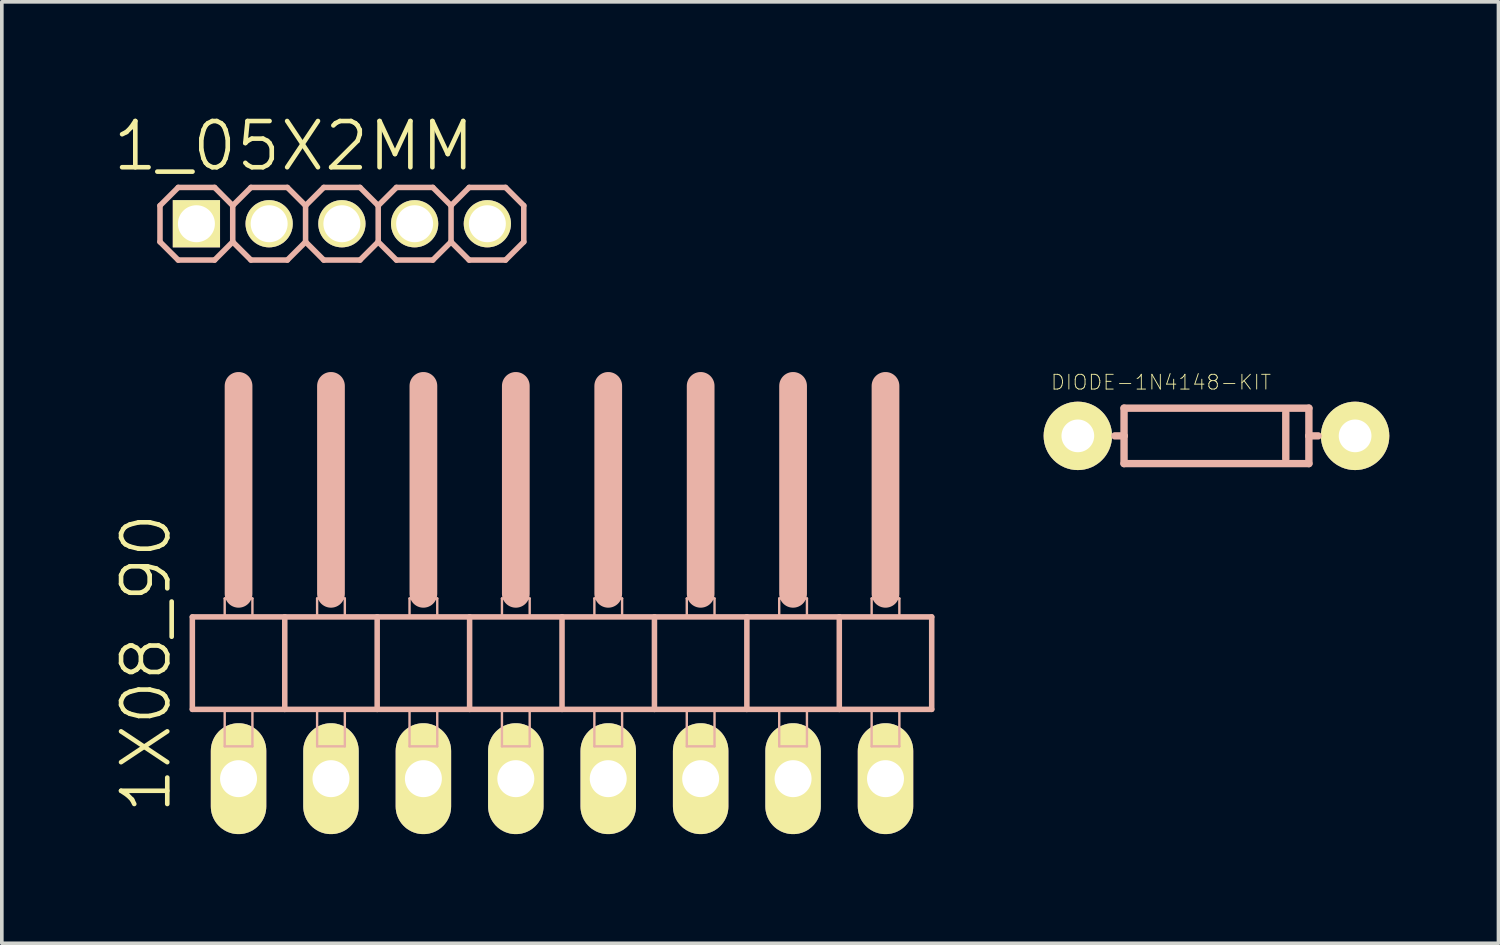
<source format=kicad_pcb>
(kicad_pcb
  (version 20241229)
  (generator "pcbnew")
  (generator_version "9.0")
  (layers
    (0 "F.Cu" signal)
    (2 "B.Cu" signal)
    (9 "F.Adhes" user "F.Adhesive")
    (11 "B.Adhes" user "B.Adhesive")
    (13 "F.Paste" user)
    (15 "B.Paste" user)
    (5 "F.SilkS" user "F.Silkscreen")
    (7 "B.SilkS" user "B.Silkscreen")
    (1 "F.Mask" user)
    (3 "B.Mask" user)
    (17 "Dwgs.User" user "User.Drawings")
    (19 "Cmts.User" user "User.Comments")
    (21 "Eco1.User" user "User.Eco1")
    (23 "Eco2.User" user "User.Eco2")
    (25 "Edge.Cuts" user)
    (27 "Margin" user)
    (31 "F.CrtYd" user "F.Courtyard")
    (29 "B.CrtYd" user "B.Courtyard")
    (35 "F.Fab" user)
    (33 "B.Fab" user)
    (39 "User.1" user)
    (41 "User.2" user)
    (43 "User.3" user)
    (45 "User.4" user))
  (footprint "1X08_90"
    (layer "F.Cu")
    (at 12.396 14.54)
    (property "Reference" "1X08_90" (at -11.43 0.635 90) (layer "F.SilkS") (effects (font (size 1.27 1.27) (thickness 0.127))))
    (attr exclude_from_pos_files exclude_from_bom)
    (fp_line (start -10.16 -0.635) (end -10.16 1.905) (stroke (width 0.152) (type solid)) (layer "B.SilkS"))
    (fp_line (start -10.16 1.905) (end -7.62 1.905) (stroke (width 0.152) (type solid)) (layer "B.SilkS"))
    (fp_line (start -9.271 -1.143) (end -8.509 -1.143) (stroke (width 0.066) (type solid)) (layer "B.SilkS"))
    (fp_line (start -9.271 -0.635) (end -9.271 -1.143) (stroke (width 0.066) (type solid)) (layer "B.SilkS"))
    (fp_line (start -9.271 -0.635) (end -8.509 -0.635) (stroke (width 0.066) (type solid)) (layer "B.SilkS"))
    (fp_line (start -9.271 1.905) (end -8.509 1.905) (stroke (width 0.066) (type solid)) (layer "B.SilkS"))
    (fp_line (start -9.271 2.921) (end -9.271 1.905) (stroke (width 0.066) (type solid)) (layer "B.SilkS"))
    (fp_line (start -9.271 2.921) (end -8.509 2.921) (stroke (width 0.066) (type solid)) (layer "B.SilkS"))
    (fp_line (start -8.89 -6.985) (end -8.89 -1.27) (stroke (width 0.762) (type solid)) (layer "B.SilkS"))
    (fp_line (start -8.509 -0.635) (end -8.509 -1.143) (stroke (width 0.066) (type solid)) (layer "B.SilkS"))
    (fp_line (start -8.509 2.921) (end -8.509 1.905) (stroke (width 0.066) (type solid)) (layer "B.SilkS"))
    (fp_line (start -7.62 -0.635) (end -10.16 -0.635) (stroke (width 0.152) (type solid)) (layer "B.SilkS"))
    (fp_line (start -7.62 1.905) (end -7.62 -0.635) (stroke (width 0.152) (type solid)) (layer "B.SilkS"))
    (fp_line (start -7.62 1.905) (end -5.08 1.905) (stroke (width 0.152) (type solid)) (layer "B.SilkS"))
    (fp_line (start -6.731 -1.143) (end -5.969 -1.143) (stroke (width 0.066) (type solid)) (layer "B.SilkS"))
    (fp_line (start -6.731 -0.635) (end -6.731 -1.143) (stroke (width 0.066) (type solid)) (layer "B.SilkS"))
    (fp_line (start -6.731 -0.635) (end -5.969 -0.635) (stroke (width 0.066) (type solid)) (layer "B.SilkS"))
    (fp_line (start -6.731 1.905) (end -5.969 1.905) (stroke (width 0.066) (type solid)) (layer "B.SilkS"))
    (fp_line (start -6.731 2.921) (end -6.731 1.905) (stroke (width 0.066) (type solid)) (layer "B.SilkS"))
    (fp_line (start -6.731 2.921) (end -5.969 2.921) (stroke (width 0.066) (type solid)) (layer "B.SilkS"))
    (fp_line (start -6.35 -6.985) (end -6.35 -1.27) (stroke (width 0.762) (type solid)) (layer "B.SilkS"))
    (fp_line (start -5.969 -0.635) (end -5.969 -1.143) (stroke (width 0.066) (type solid)) (layer "B.SilkS"))
    (fp_line (start -5.969 2.921) (end -5.969 1.905) (stroke (width 0.066) (type solid)) (layer "B.SilkS"))
    (fp_line (start -5.08 -0.635) (end -7.62 -0.635) (stroke (width 0.152) (type solid)) (layer "B.SilkS"))
    (fp_line (start -5.08 1.905) (end -5.08 -0.635) (stroke (width 0.152) (type solid)) (layer "B.SilkS"))
    (fp_line (start -5.08 1.905) (end -2.54 1.905) (stroke (width 0.152) (type solid)) (layer "B.SilkS"))
    (fp_line (start -4.191 -1.143) (end -3.429 -1.143) (stroke (width 0.066) (type solid)) (layer "B.SilkS"))
    (fp_line (start -4.191 -0.635) (end -4.191 -1.143) (stroke (width 0.066) (type solid)) (layer "B.SilkS"))
    (fp_line (start -4.191 -0.635) (end -3.429 -0.635) (stroke (width 0.066) (type solid)) (layer "B.SilkS"))
    (fp_line (start -4.191 1.905) (end -3.429 1.905) (stroke (width 0.066) (type solid)) (layer "B.SilkS"))
    (fp_line (start -4.191 2.921) (end -4.191 1.905) (stroke (width 0.066) (type solid)) (layer "B.SilkS"))
    (fp_line (start -4.191 2.921) (end -3.429 2.921) (stroke (width 0.066) (type solid)) (layer "B.SilkS"))
    (fp_line (start -3.81 -6.985) (end -3.81 -1.27) (stroke (width 0.762) (type solid)) (layer "B.SilkS"))
    (fp_line (start -3.429 -0.635) (end -3.429 -1.143) (stroke (width 0.066) (type solid)) (layer "B.SilkS"))
    (fp_line (start -3.429 2.921) (end -3.429 1.905) (stroke (width 0.066) (type solid)) (layer "B.SilkS"))
    (fp_line (start -2.54 -0.635) (end -5.08 -0.635) (stroke (width 0.152) (type solid)) (layer "B.SilkS"))
    (fp_line (start -2.54 1.905) (end -2.54 -0.635) (stroke (width 0.152) (type solid)) (layer "B.SilkS"))
    (fp_line (start -2.54 1.905) (end 0 1.905) (stroke (width 0.152) (type solid)) (layer "B.SilkS"))
    (fp_line (start -1.651 -1.143) (end -0.889 -1.143) (stroke (width 0.066) (type solid)) (layer "B.SilkS"))
    (fp_line (start -1.651 -0.635) (end -1.651 -1.143) (stroke (width 0.066) (type solid)) (layer "B.SilkS"))
    (fp_line (start -1.651 -0.635) (end -0.889 -0.635) (stroke (width 0.066) (type solid)) (layer "B.SilkS"))
    (fp_line (start -1.651 1.905) (end -0.889 1.905) (stroke (width 0.066) (type solid)) (layer "B.SilkS"))
    (fp_line (start -1.651 2.921) (end -1.651 1.905) (stroke (width 0.066) (type solid)) (layer "B.SilkS"))
    (fp_line (start -1.651 2.921) (end -0.889 2.921) (stroke (width 0.066) (type solid)) (layer "B.SilkS"))
    (fp_line (start -1.27 -6.985) (end -1.27 -1.27) (stroke (width 0.762) (type solid)) (layer "B.SilkS"))
    (fp_line (start -0.889 -0.635) (end -0.889 -1.143) (stroke (width 0.066) (type solid)) (layer "B.SilkS"))
    (fp_line (start -0.889 2.921) (end -0.889 1.905) (stroke (width 0.066) (type solid)) (layer "B.SilkS"))
    (fp_line (start 0 -0.635) (end -2.54 -0.635) (stroke (width 0.152) (type solid)) (layer "B.SilkS"))
    (fp_line (start 0 1.905) (end 0 -0.635) (stroke (width 0.152) (type solid)) (layer "B.SilkS"))
    (fp_line (start 0 1.905) (end 2.54 1.905) (stroke (width 0.152) (type solid)) (layer "B.SilkS"))
    (fp_line (start 0.889 -1.143) (end 1.651 -1.143) (stroke (width 0.066) (type solid)) (layer "B.SilkS"))
    (fp_line (start 0.889 -0.635) (end 0.889 -1.143) (stroke (width 0.066) (type solid)) (layer "B.SilkS"))
    (fp_line (start 0.889 -0.635) (end 1.651 -0.635) (stroke (width 0.066) (type solid)) (layer "B.SilkS"))
    (fp_line (start 0.889 1.905) (end 1.651 1.905) (stroke (width 0.066) (type solid)) (layer "B.SilkS"))
    (fp_line (start 0.889 2.921) (end 0.889 1.905) (stroke (width 0.066) (type solid)) (layer "B.SilkS"))
    (fp_line (start 0.889 2.921) (end 1.651 2.921) (stroke (width 0.066) (type solid)) (layer "B.SilkS"))
    (fp_line (start 1.27 -6.985) (end 1.27 -1.27) (stroke (width 0.762) (type solid)) (layer "B.SilkS"))
    (fp_line (start 1.651 -0.635) (end 1.651 -1.143) (stroke (width 0.066) (type solid)) (layer "B.SilkS"))
    (fp_line (start 1.651 2.921) (end 1.651 1.905) (stroke (width 0.066) (type solid)) (layer "B.SilkS"))
    (fp_line (start 2.54 -0.635) (end 0 -0.635) (stroke (width 0.152) (type solid)) (layer "B.SilkS"))
    (fp_line (start 2.54 1.905) (end 2.54 -0.635) (stroke (width 0.152) (type solid)) (layer "B.SilkS"))
    (fp_line (start 2.54 1.905) (end 5.08 1.905) (stroke (width 0.152) (type solid)) (layer "B.SilkS"))
    (fp_line (start 3.429 -1.143) (end 4.191 -1.143) (stroke (width 0.066) (type solid)) (layer "B.SilkS"))
    (fp_line (start 3.429 -0.635) (end 3.429 -1.143) (stroke (width 0.066) (type solid)) (layer "B.SilkS"))
    (fp_line (start 3.429 -0.635) (end 4.191 -0.635) (stroke (width 0.066) (type solid)) (layer "B.SilkS"))
    (fp_line (start 3.429 1.905) (end 4.191 1.905) (stroke (width 0.066) (type solid)) (layer "B.SilkS"))
    (fp_line (start 3.429 2.921) (end 3.429 1.905) (stroke (width 0.066) (type solid)) (layer "B.SilkS"))
    (fp_line (start 3.429 2.921) (end 4.191 2.921) (stroke (width 0.066) (type solid)) (layer "B.SilkS"))
    (fp_line (start 3.81 -6.985) (end 3.81 -1.27) (stroke (width 0.762) (type solid)) (layer "B.SilkS"))
    (fp_line (start 4.191 -0.635) (end 4.191 -1.143) (stroke (width 0.066) (type solid)) (layer "B.SilkS"))
    (fp_line (start 4.191 2.921) (end 4.191 1.905) (stroke (width 0.066) (type solid)) (layer "B.SilkS"))
    (fp_line (start 5.08 -0.635) (end 2.54 -0.635) (stroke (width 0.152) (type solid)) (layer "B.SilkS"))
    (fp_line (start 5.08 1.905) (end 5.08 -0.635) (stroke (width 0.152) (type solid)) (layer "B.SilkS"))
    (fp_line (start 5.08 1.905) (end 7.62 1.905) (stroke (width 0.152) (type solid)) (layer "B.SilkS"))
    (fp_line (start 5.969 -1.143) (end 6.731 -1.143) (stroke (width 0.066) (type solid)) (layer "B.SilkS"))
    (fp_line (start 5.969 -0.635) (end 5.969 -1.143) (stroke (width 0.066) (type solid)) (layer "B.SilkS"))
    (fp_line (start 5.969 -0.635) (end 6.731 -0.635) (stroke (width 0.066) (type solid)) (layer "B.SilkS"))
    (fp_line (start 5.969 1.905) (end 6.731 1.905) (stroke (width 0.066) (type solid)) (layer "B.SilkS"))
    (fp_line (start 5.969 2.921) (end 5.969 1.905) (stroke (width 0.066) (type solid)) (layer "B.SilkS"))
    (fp_line (start 5.969 2.921) (end 6.731 2.921) (stroke (width 0.066) (type solid)) (layer "B.SilkS"))
    (fp_line (start 6.35 -6.985) (end 6.35 -1.27) (stroke (width 0.762) (type solid)) (layer "B.SilkS"))
    (fp_line (start 6.731 -0.635) (end 6.731 -1.143) (stroke (width 0.066) (type solid)) (layer "B.SilkS"))
    (fp_line (start 6.731 2.921) (end 6.731 1.905) (stroke (width 0.066) (type solid)) (layer "B.SilkS"))
    (fp_line (start 7.62 -0.635) (end 5.08 -0.635) (stroke (width 0.152) (type solid)) (layer "B.SilkS"))
    (fp_line (start 7.62 1.905) (end 7.62 -0.635) (stroke (width 0.152) (type solid)) (layer "B.SilkS"))
    (fp_line (start 7.62 1.905) (end 10.16 1.905) (stroke (width 0.152) (type solid)) (layer "B.SilkS"))
    (fp_line (start 8.509 -1.143) (end 9.271 -1.143) (stroke (width 0.066) (type solid)) (layer "B.SilkS"))
    (fp_line (start 8.509 -0.635) (end 8.509 -1.143) (stroke (width 0.066) (type solid)) (layer "B.SilkS"))
    (fp_line (start 8.509 -0.635) (end 9.271 -0.635) (stroke (width 0.066) (type solid)) (layer "B.SilkS"))
    (fp_line (start 8.509 1.905) (end 9.271 1.905) (stroke (width 0.066) (type solid)) (layer "B.SilkS"))
    (fp_line (start 8.509 2.921) (end 8.509 1.905) (stroke (width 0.066) (type solid)) (layer "B.SilkS"))
    (fp_line (start 8.509 2.921) (end 9.271 2.921) (stroke (width 0.066) (type solid)) (layer "B.SilkS"))
    (fp_line (start 8.89 -6.985) (end 8.89 -1.27) (stroke (width 0.762) (type solid)) (layer "B.SilkS"))
    (fp_line (start 9.271 -0.635) (end 9.271 -1.143) (stroke (width 0.066) (type solid)) (layer "B.SilkS"))
    (fp_line (start 9.271 2.921) (end 9.271 1.905) (stroke (width 0.066) (type solid)) (layer "B.SilkS"))
    (fp_line (start 10.16 -0.635) (end 7.62 -0.635) (stroke (width 0.152) (type solid)) (layer "B.SilkS"))
    (fp_line (start 10.16 1.905) (end 10.16 -0.635) (stroke (width 0.152) (type solid)) (layer "B.SilkS"))
    (pad "1" thru_hole oval (at -8.89 3.81 180) (size 1.524 3.048) (drill 1.016) (layers "*.Cu" "F.Mask" "F.SilkS" "F.Paste"))
    (pad "2" thru_hole oval (at -6.35 3.81 180) (size 1.524 3.048) (drill 1.016) (layers "*.Cu" "F.Mask" "F.SilkS" "F.Paste"))
    (pad "3" thru_hole oval (at -3.81 3.81 180) (size 1.524 3.048) (drill 1.016) (layers "*.Cu" "F.Mask" "F.SilkS" "F.Paste"))
    (pad "4" thru_hole oval (at -1.27 3.81 180) (size 1.524 3.048) (drill 1.016) (layers "*.Cu" "F.Mask" "F.SilkS" "F.Paste"))
    (pad "5" thru_hole oval (at 1.27 3.81 180) (size 1.524 3.048) (drill 1.016) (layers "*.Cu" "F.Mask" "F.SilkS" "F.Paste"))
    (pad "6" thru_hole oval (at 3.81 3.81 180) (size 1.524 3.048) (drill 1.016) (layers "*.Cu" "F.Mask" "F.SilkS" "F.Paste"))
    (pad "7" thru_hole oval (at 6.35 3.81 180) (size 1.524 3.048) (drill 1.016) (layers "*.Cu" "F.Mask" "F.SilkS" "F.Paste"))
    (pad "8" thru_hole oval (at 8.89 3.81 180) (size 1.524 3.048) (drill 1.016) (layers "*.Cu" "F.Mask" "F.SilkS" "F.Paste")))
  (footprint "1_05X2MM"
    (layer "F.Cu")
    (at 6.346 3.099)
    (property "Reference" "1_05X2MM" (at -1.323 -2.134 0) (layer "F.SilkS") (effects (font (size 1.27 1.27) (thickness 0.127))))
    (attr exclude_from_pos_files exclude_from_bom)
    (fp_line (start -4.252 -0.254) (end -3.744 -0.254) (stroke (width 0.066) (type solid)) (layer "F.SilkS"))
    (fp_line (start -4.252 0.254) (end -4.252 -0.254) (stroke (width 0.066) (type solid)) (layer "F.SilkS"))
    (fp_line (start -4.252 0.254) (end -3.744 0.254) (stroke (width 0.066) (type solid)) (layer "F.SilkS"))
    (fp_line (start -3.744 0.254) (end -3.744 -0.254) (stroke (width 0.066) (type solid)) (layer "F.SilkS"))
    (fp_line (start -2.253 -0.254) (end -1.745 -0.254) (stroke (width 0.066) (type solid)) (layer "F.SilkS"))
    (fp_line (start -2.253 0.254) (end -2.253 -0.254) (stroke (width 0.066) (type solid)) (layer "F.SilkS"))
    (fp_line (start -2.253 0.254) (end -1.745 0.254) (stroke (width 0.066) (type solid)) (layer "F.SilkS"))
    (fp_line (start -1.745 0.254) (end -1.745 -0.254) (stroke (width 0.066) (type solid)) (layer "F.SilkS"))
    (fp_line (start -0.254 -0.254) (end 0.254 -0.254) (stroke (width 0.066) (type solid)) (layer "F.SilkS"))
    (fp_line (start -0.254 0.254) (end -0.254 -0.254) (stroke (width 0.066) (type solid)) (layer "F.SilkS"))
    (fp_line (start -0.254 0.254) (end 0.254 0.254) (stroke (width 0.066) (type solid)) (layer "F.SilkS"))
    (fp_line (start 0.254 0.254) (end 0.254 -0.254) (stroke (width 0.066) (type solid)) (layer "F.SilkS"))
    (fp_line (start 1.745 -0.254) (end 2.253 -0.254) (stroke (width 0.066) (type solid)) (layer "F.SilkS"))
    (fp_line (start 1.745 0.254) (end 1.745 -0.254) (stroke (width 0.066) (type solid)) (layer "F.SilkS"))
    (fp_line (start 1.745 0.254) (end 2.253 0.254) (stroke (width 0.066) (type solid)) (layer "F.SilkS"))
    (fp_line (start 2.253 0.254) (end 2.253 -0.254) (stroke (width 0.066) (type solid)) (layer "F.SilkS"))
    (fp_line (start 3.744 -0.254) (end 4.252 -0.254) (stroke (width 0.066) (type solid)) (layer "F.SilkS"))
    (fp_line (start 3.744 0.254) (end 3.744 -0.254) (stroke (width 0.066) (type solid)) (layer "F.SilkS"))
    (fp_line (start 3.744 0.254) (end 4.252 0.254) (stroke (width 0.066) (type solid)) (layer "F.SilkS"))
    (fp_line (start 4.252 0.254) (end 4.252 -0.254) (stroke (width 0.066) (type solid)) (layer "F.SilkS"))
    (fp_line (start -4.999 -0.498) (end -4.999 0.498) (stroke (width 0.152) (type solid)) (layer "B.SilkS"))
    (fp_line (start -4.999 -0.498) (end -4.498 -0.998) (stroke (width 0.152) (type solid)) (layer "B.SilkS"))
    (fp_line (start -4.498 -0.998) (end -3.498 -0.998) (stroke (width 0.152) (type solid)) (layer "B.SilkS"))
    (fp_line (start -4.498 0.998) (end -4.999 0.498) (stroke (width 0.152) (type solid)) (layer "B.SilkS"))
    (fp_line (start -3.498 -0.998) (end -3 -0.498) (stroke (width 0.152) (type solid)) (layer "B.SilkS"))
    (fp_line (start -3.498 0.998) (end -4.498 0.998) (stroke (width 0.152) (type solid)) (layer "B.SilkS"))
    (fp_line (start -3 -0.498) (end -3 0.498) (stroke (width 0.152) (type solid)) (layer "B.SilkS"))
    (fp_line (start -3 -0.498) (end -2.499 -0.998) (stroke (width 0.152) (type solid)) (layer "B.SilkS"))
    (fp_line (start -3 0.498) (end -3.498 0.998) (stroke (width 0.152) (type solid)) (layer "B.SilkS"))
    (fp_line (start -2.499 -0.998) (end -1.499 -0.998) (stroke (width 0.152) (type solid)) (layer "B.SilkS"))
    (fp_line (start -2.499 0.998) (end -3 0.498) (stroke (width 0.152) (type solid)) (layer "B.SilkS"))
    (fp_line (start -1.499 -0.998) (end -0.998 -0.498) (stroke (width 0.152) (type solid)) (layer "B.SilkS"))
    (fp_line (start -1.499 0.998) (end -2.499 0.998) (stroke (width 0.152) (type solid)) (layer "B.SilkS"))
    (fp_line (start -0.998 -0.498) (end -0.998 0.498) (stroke (width 0.152) (type solid)) (layer "B.SilkS"))
    (fp_line (start -0.998 -0.498) (end -0.498 -0.998) (stroke (width 0.152) (type solid)) (layer "B.SilkS"))
    (fp_line (start -0.998 0.498) (end -1.499 0.998) (stroke (width 0.152) (type solid)) (layer "B.SilkS"))
    (fp_line (start -0.498 -0.998) (end 0.498 -0.998) (stroke (width 0.152) (type solid)) (layer "B.SilkS"))
    (fp_line (start -0.498 0.998) (end -0.998 0.498) (stroke (width 0.152) (type solid)) (layer "B.SilkS"))
    (fp_line (start 0.498 -0.998) (end 0.998 -0.498) (stroke (width 0.152) (type solid)) (layer "B.SilkS"))
    (fp_line (start 0.498 0.998) (end -0.498 0.998) (stroke (width 0.152) (type solid)) (layer "B.SilkS"))
    (fp_line (start 0.998 -0.498) (end 0.998 0.498) (stroke (width 0.152) (type solid)) (layer "B.SilkS"))
    (fp_line (start 0.998 -0.498) (end 1.499 -0.998) (stroke (width 0.152) (type solid)) (layer "B.SilkS"))
    (fp_line (start 0.998 0.498) (end 0.498 0.998) (stroke (width 0.152) (type solid)) (layer "B.SilkS"))
    (fp_line (start 1.499 -0.998) (end 2.499 -0.998) (stroke (width 0.152) (type solid)) (layer "B.SilkS"))
    (fp_line (start 1.499 0.998) (end 0.998 0.498) (stroke (width 0.152) (type solid)) (layer "B.SilkS"))
    (fp_line (start 2.499 -0.998) (end 3 -0.498) (stroke (width 0.152) (type solid)) (layer "B.SilkS"))
    (fp_line (start 2.499 0.998) (end 1.499 0.998) (stroke (width 0.152) (type solid)) (layer "B.SilkS"))
    (fp_line (start 3 -0.498) (end 3 0.498) (stroke (width 0.152) (type solid)) (layer "B.SilkS"))
    (fp_line (start 3 -0.498) (end 3.498 -0.998) (stroke (width 0.152) (type solid)) (layer "B.SilkS"))
    (fp_line (start 3 0.498) (end 2.499 0.998) (stroke (width 0.152) (type solid)) (layer "B.SilkS"))
    (fp_line (start 3.498 -0.998) (end 4.498 -0.998) (stroke (width 0.152) (type solid)) (layer "B.SilkS"))
    (fp_line (start 3.498 0.998) (end 3 0.498) (stroke (width 0.152) (type solid)) (layer "B.SilkS"))
    (fp_line (start 4.498 -0.998) (end 4.999 -0.498) (stroke (width 0.152) (type solid)) (layer "B.SilkS"))
    (fp_line (start 4.498 0.998) (end 3.498 0.998) (stroke (width 0.152) (type solid)) (layer "B.SilkS"))
    (fp_line (start 4.999 -0.498) (end 4.999 0.498) (stroke (width 0.152) (type solid)) (layer "B.SilkS"))
    (fp_line (start 4.999 0.498) (end 4.498 0.998) (stroke (width 0.152) (type solid)) (layer "B.SilkS"))
    (pad "1" thru_hole rect (at -3.998 0) (size 1.298 1.298) (drill 1.016) (layers "*.Cu" "F.Mask" "F.SilkS" "F.Paste"))
    (pad "2" thru_hole circle (at 0 0) (size 1.298 1.298) (drill 1.016) (layers "*.Cu" "F.Mask" "F.SilkS" "F.Paste"))
    (pad "3" thru_hole circle (at -1.999 0) (size 1.298 1.298) (drill 1.016) (layers "*.Cu" "F.Mask" "F.SilkS" "F.Paste"))
    (pad "4" thru_hole circle (at 1.999 0) (size 1.298 1.298) (drill 1.016) (layers "*.Cu" "F.Mask" "F.SilkS" "F.Paste"))
    (pad "5" thru_hole circle (at 3.998 0) (size 1.298 1.298) (drill 1.016) (layers "*.Cu" "F.Mask" "F.SilkS" "F.Paste")))
  (footprint "DIODE-1N4148-KIT"
    (layer "F.Cu")
    (at 30.382 8.929)
    (property "Reference" "DIODE-1N4148-KIT" (at -1.524 -1.473 0) (layer "F.SilkS") (effects (font (size 0.406 0.406) (thickness 0.025))))
    (attr exclude_from_pos_files exclude_from_bom)
    (fp_circle (center -3.81 0) (end -4.28 0.47) (stroke (width 0) (type solid)) (fill yes) (layer "F.SilkS"))
    (fp_circle (center -3.81 0) (end -4.039 0.229) (stroke (width 0) (type solid)) (fill yes) (layer "F.SilkS"))
    (fp_circle (center -3.81 0) (end -4.039 0.229) (stroke (width 0) (type solid)) (fill yes) (layer "F.SilkS"))
    (fp_circle (center 3.81 0) (end 4.039 0.229) (stroke (width 0) (type solid)) (fill yes) (layer "F.SilkS"))
    (fp_circle (center 3.81 0) (end 4.28 0.47) (stroke (width 0) (type solid)) (fill yes) (layer "F.SilkS"))
    (fp_line (start -2.54 -0.762) (end 2.54 -0.762) (stroke (width 0.203) (type solid)) (layer "B.SilkS"))
    (fp_line (start -2.54 0) (end -2.794 0) (stroke (width 0.203) (type solid)) (layer "B.SilkS"))
    (fp_line (start -2.54 0) (end -2.54 -0.762) (stroke (width 0.203) (type solid)) (layer "B.SilkS"))
    (fp_line (start -2.54 0.762) (end -2.54 0) (stroke (width 0.203) (type solid)) (layer "B.SilkS"))
    (fp_line (start 1.905 -0.635) (end 1.905 0.635) (stroke (width 0.203) (type solid)) (layer "B.SilkS"))
    (fp_line (start 2.54 -0.762) (end 2.54 0) (stroke (width 0.203) (type solid)) (layer "B.SilkS"))
    (fp_line (start 2.54 0) (end 2.54 0.762) (stroke (width 0.203) (type solid)) (layer "B.SilkS"))
    (fp_line (start 2.54 0) (end 2.794 0) (stroke (width 0.203) (type solid)) (layer "B.SilkS"))
    (fp_line (start 2.54 0.762) (end -2.54 0.762) (stroke (width 0.203) (type solid)) (layer "B.SilkS"))
    (pad "A" thru_hole circle (at -3.81 0) (size 1.88 1.88) (drill 0.899) (layers "*.Cu" "F.Mask" "F.SilkS" "F.Paste"))
    (pad "C" thru_hole circle (at 3.81 0) (size 1.88 1.88) (drill 0.899) (layers "*.Cu" "F.Mask" "F.SilkS" "F.Paste")))
  (gr_rect
    (start -3 -3)
    (end 38.132 22.874)
    (stroke (width 0.1) (type default))
    (fill no)
    (layer "Edge.Cuts")))
</source>
